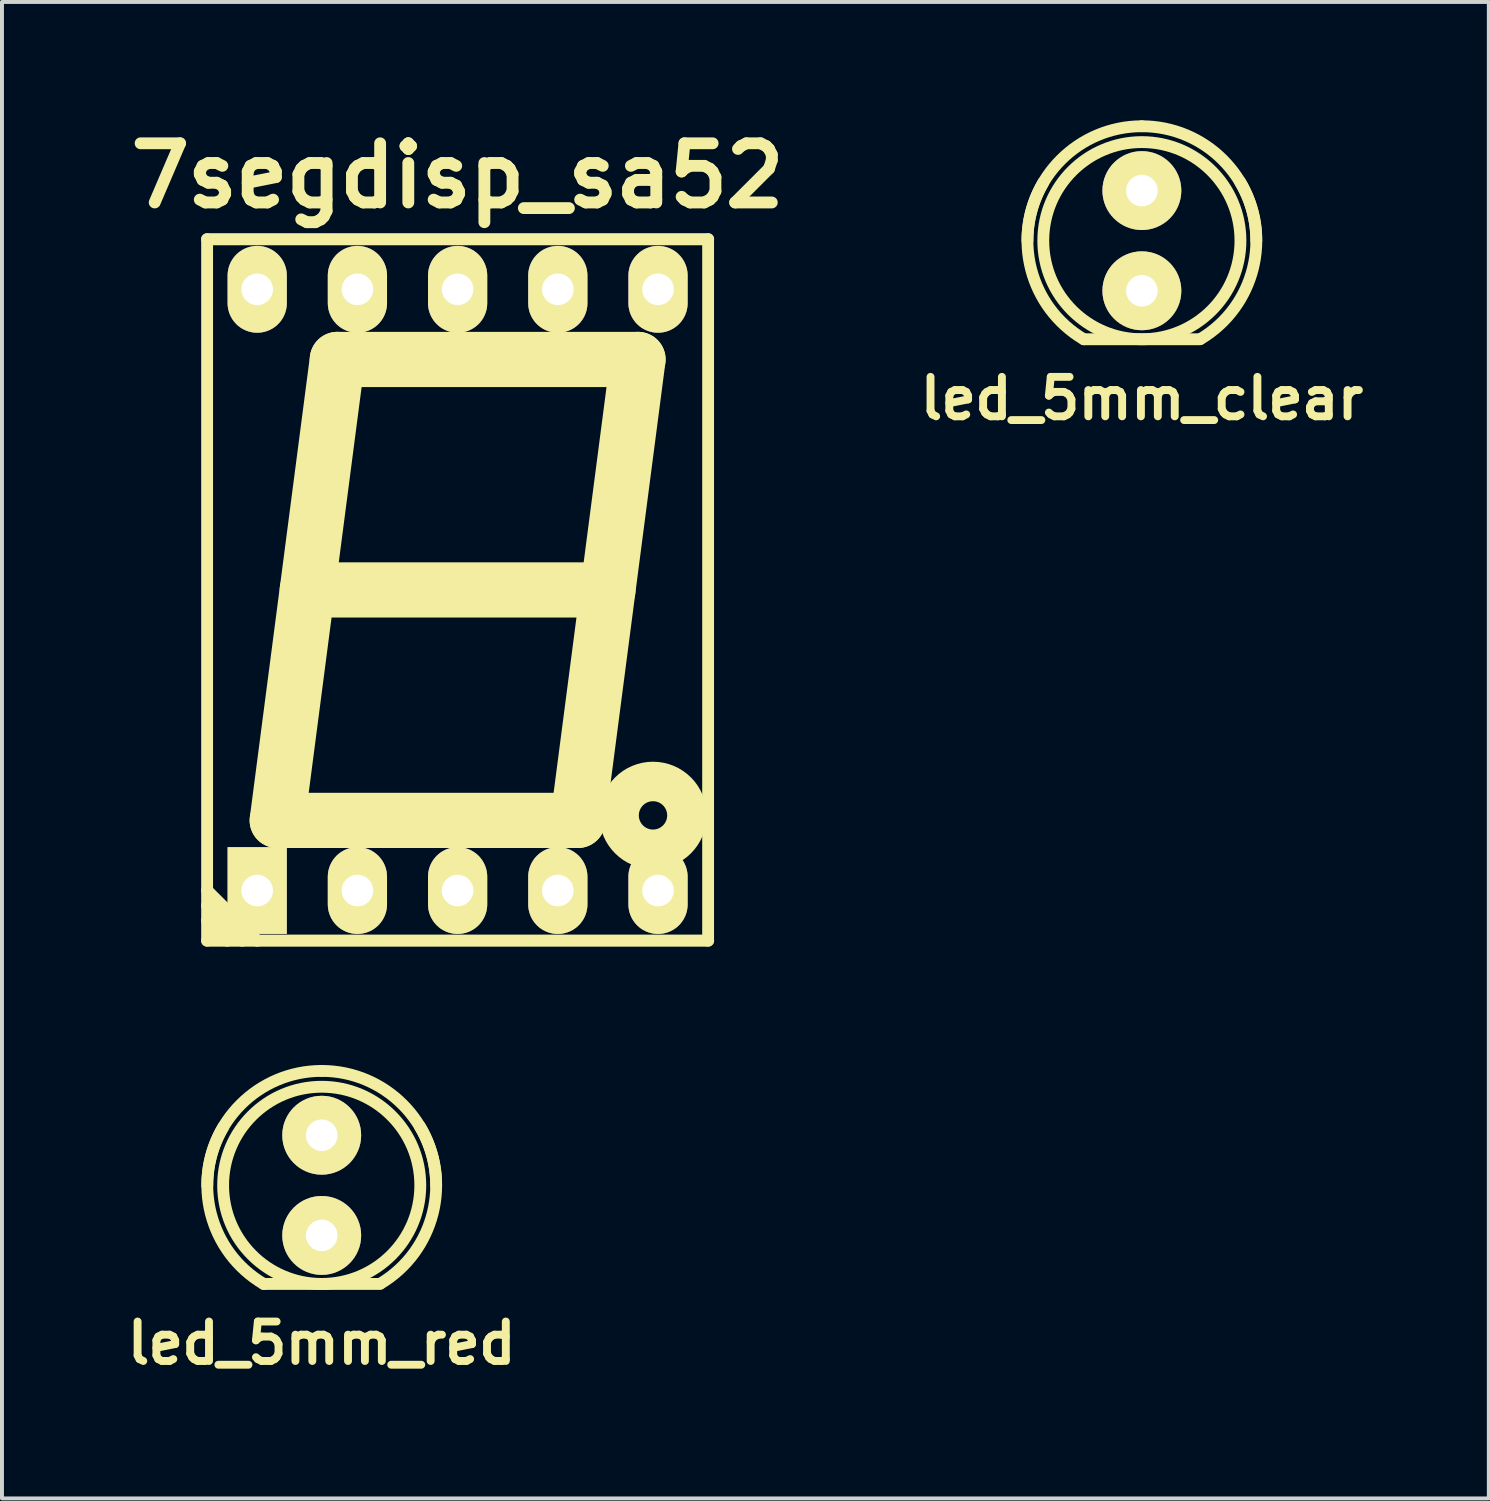
<source format=kicad_pcb>
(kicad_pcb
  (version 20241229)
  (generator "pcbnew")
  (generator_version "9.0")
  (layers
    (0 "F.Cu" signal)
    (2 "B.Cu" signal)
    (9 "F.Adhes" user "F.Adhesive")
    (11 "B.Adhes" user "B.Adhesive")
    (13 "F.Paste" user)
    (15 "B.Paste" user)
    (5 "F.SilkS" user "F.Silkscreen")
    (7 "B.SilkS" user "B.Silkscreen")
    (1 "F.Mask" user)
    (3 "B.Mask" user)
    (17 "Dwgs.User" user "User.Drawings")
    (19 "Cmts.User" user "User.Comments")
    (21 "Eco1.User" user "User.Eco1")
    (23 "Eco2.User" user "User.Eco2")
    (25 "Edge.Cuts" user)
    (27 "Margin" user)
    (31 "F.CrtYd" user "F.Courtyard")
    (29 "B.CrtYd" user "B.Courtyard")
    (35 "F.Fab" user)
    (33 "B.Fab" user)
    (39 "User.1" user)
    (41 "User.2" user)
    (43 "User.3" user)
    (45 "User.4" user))
  (footprint "led_5mm_clear"
    (layer "F.Cu")
    (at 25.895 3.051)
    (property "Reference" "led_5mm_clear" (at 0 4 0) (layer "F.SilkS") (effects (font (size 1 1) (thickness 0.2))))
    (attr through_hole)
    (fp_line (start -1.471 2.499) (end 1.471 2.499) (stroke (width 0.3) (type solid)) (layer "F.SilkS"))
    (fp_arc (start -2.90068 0) (mid -2.05109 -2.05109) (end 0 -2.90068) (stroke (width 0.29972) (type solid)) (layer "F.SilkS"))
    (fp_arc (start -1.47066 2.49936) (mid -2.807228 0.727401) (end -2.49936 -1.47066) (stroke (width 0.29972) (type solid)) (layer "F.SilkS"))
    (fp_arc (start 0 -2.90068) (mid 2.05109 -2.05109) (end 2.90068 0) (stroke (width 0.29972) (type solid)) (layer "F.SilkS"))
    (fp_arc (start 2.4892 -1.49098) (mid 2.814412 0.705848) (end 1.49098 2.4892) (stroke (width 0.29972) (type solid)) (layer "F.SilkS"))
    (fp_circle (center 0 0) (end -2.499 0) (stroke (width 0.3) (type solid)) (fill no) (layer "F.SilkS"))
    (pad "1" thru_hole circle (at 0 -1.27) (size 1.999 1.999) (drill 0.8) (layers "*.Cu" "*.Mask" "F.SilkS"))
    (pad "2" thru_hole circle (at 0 1.27) (size 1.999 1.999) (drill 0.8) (layers "*.Cu" "*.Mask" "F.SilkS")))
  (footprint "led_5mm_red"
    (layer "F.Cu")
    (at 5.105 26.997)
    (property "Reference" "led_5mm_red" (at 0 4 0) (layer "F.SilkS") (effects (font (size 1 1) (thickness 0.2))))
    (attr through_hole)
    (fp_line (start -1.471 2.499) (end 1.471 2.499) (stroke (width 0.3) (type solid)) (layer "F.SilkS"))
    (fp_arc (start -2.90068 0) (mid -2.05109 -2.05109) (end 0 -2.90068) (stroke (width 0.29972) (type solid)) (layer "F.SilkS"))
    (fp_arc (start -1.47066 2.49936) (mid -2.807228 0.727401) (end -2.49936 -1.47066) (stroke (width 0.29972) (type solid)) (layer "F.SilkS"))
    (fp_arc (start 0 -2.90068) (mid 2.05109 -2.05109) (end 2.90068 0) (stroke (width 0.29972) (type solid)) (layer "F.SilkS"))
    (fp_arc (start 2.4892 -1.49098) (mid 2.814412 0.705848) (end 1.49098 2.4892) (stroke (width 0.29972) (type solid)) (layer "F.SilkS"))
    (fp_circle (center 0 0) (end -2.499 0) (stroke (width 0.3) (type solid)) (fill no) (layer "F.SilkS"))
    (pad "1" thru_hole circle (at 0 -1.27) (size 1.999 1.999) (drill 0.8) (layers "*.Cu" "*.Mask" "F.SilkS"))
    (pad "2" thru_hole circle (at 0 1.27) (size 1.999 1.999) (drill 0.8) (layers "*.Cu" "*.Mask" "F.SilkS")))
  (footprint "7segdisp_sa52"
    (layer "F.Cu")
    (at 8.55 11.904)
    (property "Reference" "7segdisp_sa52" (at 0 -10.5 0) (layer "F.SilkS") (effects (font (size 1.5 1.5) (thickness 0.3))))
    (attr through_hole)
    (fp_line (start -6.35 8.89) (end -6.35 -8.89) (stroke (width 0.3) (type solid)) (layer "F.SilkS"))
    (fp_line (start -6.35 8.89) (end 6.35 8.89) (stroke (width 0.305) (type solid)) (layer "F.SilkS"))
    (fp_line (start -5.842 8.89) (end -6.35 8.382) (stroke (width 0.305) (type solid)) (layer "F.SilkS"))
    (fp_line (start -5.461 8.89) (end -6.35 8.001) (stroke (width 0.305) (type solid)) (layer "F.SilkS"))
    (fp_line (start -5.08 8.89) (end -6.35 7.62) (stroke (width 0.305) (type solid)) (layer "F.SilkS"))
    (fp_line (start -4.572 5.842) (end 3.048 5.842) (stroke (width 1.4) (type solid)) (layer "F.SilkS"))
    (fp_line (start -3.048 -5.842) (end -4.572 5.842) (stroke (width 1.4) (type solid)) (layer "F.SilkS"))
    (fp_line (start 3.048 5.842) (end 4.572 -5.842) (stroke (width 1.4) (type solid)) (layer "F.SilkS"))
    (fp_line (start 3.81 0) (end -3.81 0) (stroke (width 1.4) (type solid)) (layer "F.SilkS"))
    (fp_line (start 4.572 -5.842) (end -3.048 -5.842) (stroke (width 1.4) (type solid)) (layer "F.SilkS"))
    (fp_line (start 6.35 -8.89) (end -6.35 -8.89) (stroke (width 0.305) (type solid)) (layer "F.SilkS"))
    (fp_line (start 6.35 8.89) (end 6.35 -8.89) (stroke (width 0.3) (type solid)) (layer "F.SilkS"))
    (fp_circle (center 4.953 5.715) (end 5.207 5.461) (stroke (width 1.001) (type solid)) (fill no) (layer "F.SilkS"))
    (pad "1" thru_hole rect (at -5.08 7.62 90) (size 2.2 1.501) (drill 0.8) (layers "*.Cu" "*.Mask" "F.SilkS"))
    (pad "2" thru_hole oval (at -2.54 7.62 90) (size 2.2 1.501) (drill 0.8) (layers "*.Cu" "*.Mask" "F.SilkS"))
    (pad "3" thru_hole oval (at 0 7.62 90) (size 2.2 1.501) (drill 0.8) (layers "*.Cu" "*.Mask" "F.SilkS"))
    (pad "4" thru_hole oval (at 2.54 7.62 90) (size 2.2 1.501) (drill 0.8) (layers "*.Cu" "*.Mask" "F.SilkS"))
    (pad "5" thru_hole oval (at 5.08 7.62 90) (size 2.2 1.501) (drill 0.8) (layers "*.Cu" "*.Mask" "F.SilkS"))
    (pad "6" thru_hole oval (at 5.08 -7.62 90) (size 2.2 1.501) (drill 0.8) (layers "*.Cu" "*.Mask" "F.SilkS"))
    (pad "7" thru_hole oval (at 2.54 -7.62 90) (size 2.2 1.501) (drill 0.8) (layers "*.Cu" "*.Mask" "F.SilkS"))
    (pad "8" thru_hole oval (at 0 -7.62 90) (size 2.2 1.501) (drill 0.8) (layers "*.Cu" "*.Mask" "F.SilkS"))
    (pad "9" thru_hole oval (at -2.54 -7.62 90) (size 2.2 1.501) (drill 0.8) (layers "*.Cu" "*.Mask" "F.SilkS"))
    (pad "10" thru_hole oval (at -5.08 -7.62 90) (size 2.2 1.501) (drill 0.8) (layers "*.Cu" "*.Mask" "F.SilkS")))
  (gr_rect
    (start -3 -3)
    (end 34.69 34.933)
    (stroke (width 0.1) (type default))
    (fill no)
    (layer "Edge.Cuts")))
</source>
